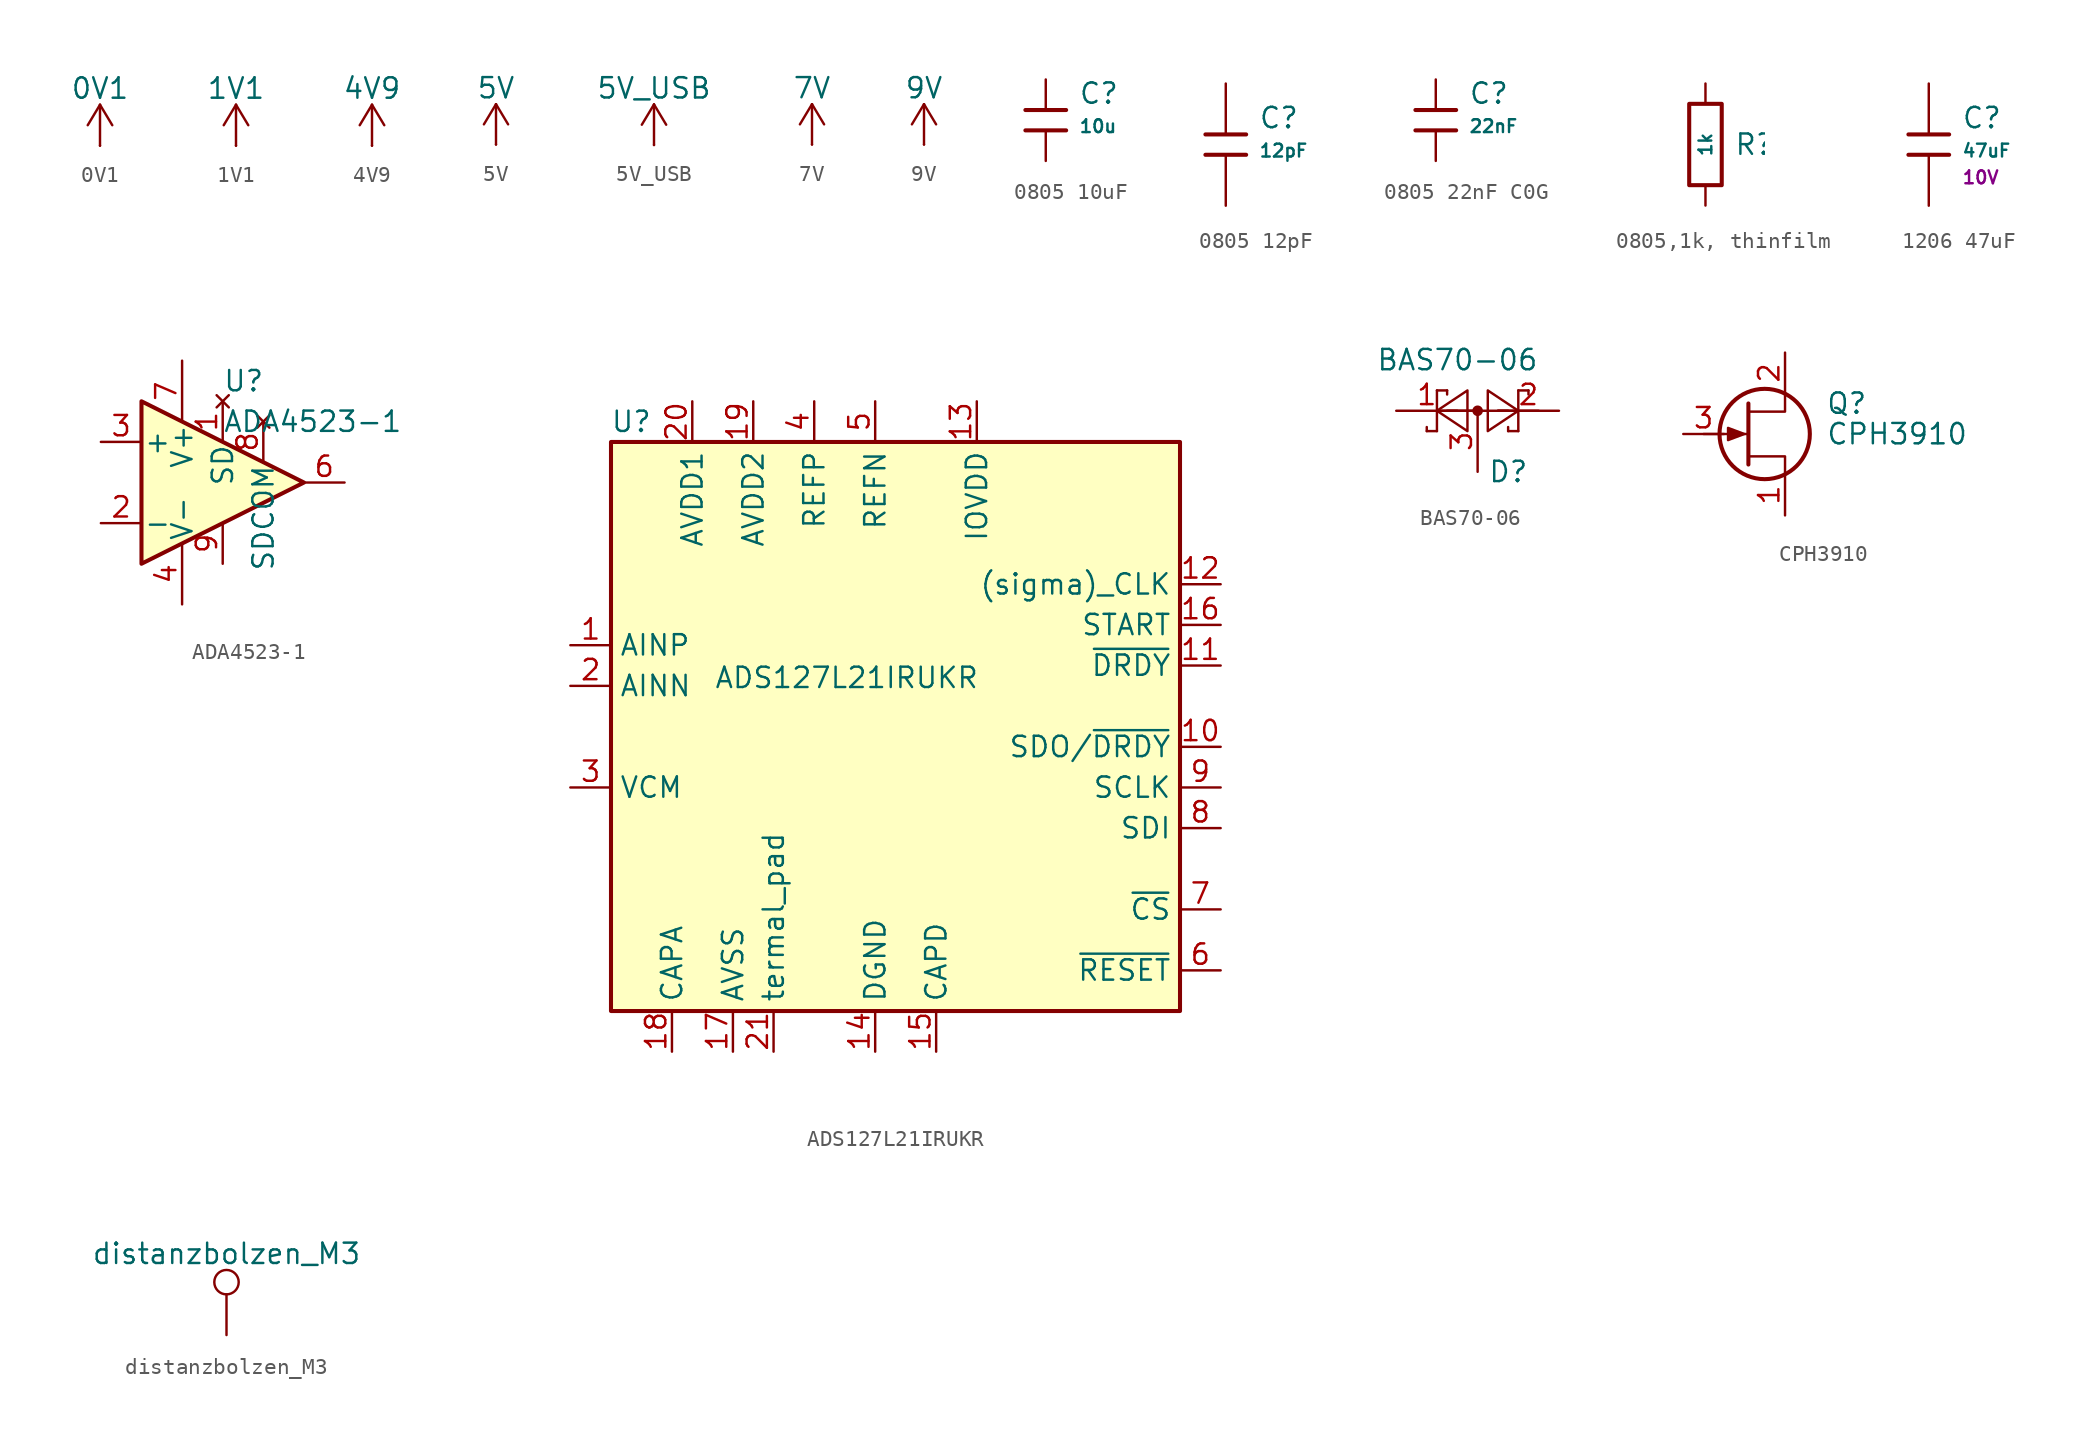
<source format=kicad_sym>
(kicad_symbol_lib
  (version 20241209)
  (generator "kicad_symbol_editor")
  (generator_version "9.0")
  (symbol "0V1"
    (power)
    (pin_numbers
      (hide yes))
    (pin_names
      (offset 0)
      (hide yes))
    (property "Reference" "#PWR"
      (at 0 -3.81 0)
      (effects (font (size 1.27 1.27)) (hide yes)))
    (property "Value" "0V1"
      (at 0 3.556 0)
      (effects (font (size 1.27 1.27))))
    (symbol "0V1_0_1"
      (polyline (pts (xy -0.762 1.27) (xy 0 2.54)) (stroke (width 0) (type default)) (fill (type none)))
      (polyline (pts (xy 0 2.54) (xy 0.762 1.27)) (stroke (width 0) (type default)) (fill (type none)))
      (polyline (pts (xy 0 0) (xy 0 2.54)) (stroke (width 0) (type default)) (fill (type none))))
    (symbol "0V1_1_1"
      (pin power_in line (at 0 0 90) (length 0) (name "~" (effects (font (size 1.27 1.27)))) (number "1" (effects (font (size 1.27 1.27)))))))
  (symbol "1V1"
    (power)
    (pin_numbers
      (hide yes))
    (pin_names
      (offset 0)
      (hide yes))
    (property "Reference" "#PWR"
      (at 0 -3.81 0)
      (effects (font (size 1.27 1.27)) (hide yes)))
    (property "Value" "1V1"
      (at 0 3.556 0)
      (effects (font (size 1.27 1.27))))
    (symbol "1V1_0_1"
      (polyline (pts (xy -0.762 1.27) (xy 0 2.54)) (stroke (width 0) (type default)) (fill (type none)))
      (polyline (pts (xy 0 2.54) (xy 0.762 1.27)) (stroke (width 0) (type default)) (fill (type none)))
      (polyline (pts (xy 0 0) (xy 0 2.54)) (stroke (width 0) (type default)) (fill (type none))))
    (symbol "1V1_1_1"
      (pin power_in line (at 0 0 90) (length 0) (name "~" (effects (font (size 1.27 1.27)))) (number "1" (effects (font (size 1.27 1.27)))))))
  (symbol "4V9"
    (power)
    (pin_numbers
      (hide yes))
    (pin_names
      (offset 0)
      (hide yes))
    (property "Reference" "#PWR"
      (at 0 -3.81 0)
      (effects (font (size 1.27 1.27)) (hide yes)))
    (property "Value" "4V9"
      (at 0 3.556 0)
      (effects (font (size 1.27 1.27))))
    (symbol "4V9_0_1"
      (polyline (pts (xy -0.762 1.27) (xy 0 2.54)) (stroke (width 0) (type default)) (fill (type none)))
      (polyline (pts (xy 0 2.54) (xy 0.762 1.27)) (stroke (width 0) (type default)) (fill (type none)))
      (polyline (pts (xy 0 0) (xy 0 2.54)) (stroke (width 0) (type default)) (fill (type none))))
    (symbol "4V9_1_1"
      (pin power_in line (at 0 0 90) (length 0) (name "~" (effects (font (size 1.27 1.27)))) (number "1" (effects (font (size 1.27 1.27)))))))
  (symbol "5V"
    (power)
    (pin_numbers
      (hide yes))
    (pin_names
      (offset 0)
      (hide yes))
    (property "Reference" "#PWR"
      (at 0 -3.81 0)
      (effects (font (size 1.27 1.27)) (hide yes)))
    (property "Value" "5V"
      (at 0 3.556 0)
      (effects (font (size 1.27 1.27))))
    (symbol "5V_0_1"
      (polyline (pts (xy -0.762 1.27) (xy 0 2.54)) (stroke (width 0) (type default)) (fill (type none)))
      (polyline (pts (xy 0 2.54) (xy 0.762 1.27)) (stroke (width 0) (type default)) (fill (type none)))
      (polyline (pts (xy 0 0) (xy 0 2.54)) (stroke (width 0) (type default)) (fill (type none))))
    (symbol "5V_1_1"
      (pin power_in line (at 0 0 90) (length 0) (name "~" (effects (font (size 1.27 1.27)))) (number "1" (effects (font (size 1.27 1.27)))))))
  (symbol "5V_USB"
    (power)
    (pin_numbers
      (hide yes))
    (pin_names
      (offset 0)
      (hide yes))
    (property "Reference" "#PWR"
      (at 0 -3.81 0)
      (effects (font (size 1.27 1.27)) (hide yes)))
    (property "Value" "5V_USB"
      (at 0 3.556 0)
      (effects (font (size 1.27 1.27))))
    (symbol "5V_USB_0_1"
      (polyline (pts (xy -0.762 1.27) (xy 0 2.54)) (stroke (width 0) (type default)) (fill (type none)))
      (polyline (pts (xy 0 2.54) (xy 0.762 1.27)) (stroke (width 0) (type default)) (fill (type none)))
      (polyline (pts (xy 0 0) (xy 0 2.54)) (stroke (width 0) (type default)) (fill (type none))))
    (symbol "5V_USB_1_1"
      (pin power_in line (at 0 0 90) (length 0) (name "~" (effects (font (size 1.27 1.27)))) (number "1" (effects (font (size 1.27 1.27)))))))
  (symbol "7V"
    (power)
    (pin_numbers
      (hide yes))
    (pin_names
      (offset 0)
      (hide yes))
    (property "Reference" "#PWR"
      (at 0 -3.81 0)
      (effects (font (size 1.27 1.27)) (hide yes)))
    (property "Value" "7V"
      (at 0 3.556 0)
      (effects (font (size 1.27 1.27))))
    (symbol "7V_0_1"
      (polyline (pts (xy -0.762 1.27) (xy 0 2.54)) (stroke (width 0) (type default)) (fill (type none)))
      (polyline (pts (xy 0 2.54) (xy 0.762 1.27)) (stroke (width 0) (type default)) (fill (type none)))
      (polyline (pts (xy 0 0) (xy 0 2.54)) (stroke (width 0) (type default)) (fill (type none))))
    (symbol "7V_1_1"
      (pin power_in line (at 0 0 90) (length 0) (name "~" (effects (font (size 1.27 1.27)))) (number "1" (effects (font (size 1.27 1.27)))))))
  (symbol "9V"
    (power)
    (pin_numbers
      (hide yes))
    (pin_names
      (offset 0)
      (hide yes))
    (property "Reference" "#PWR"
      (at 0 -3.81 0)
      (effects (font (size 1.27 1.27)) (hide yes)))
    (property "Value" "9V"
      (at 0 3.556 0)
      (effects (font (size 1.27 1.27))))
    (symbol "9V_0_1"
      (polyline (pts (xy -0.762 1.27) (xy 0 2.54)) (stroke (width 0) (type default)) (fill (type none)))
      (polyline (pts (xy 0 2.54) (xy 0.762 1.27)) (stroke (width 0) (type default)) (fill (type none)))
      (polyline (pts (xy 0 0) (xy 0 2.54)) (stroke (width 0) (type default)) (fill (type none))))
    (symbol "9V_1_1"
      (pin power_in line (at 0 0 90) (length 0) (name "~" (effects (font (size 1.27 1.27)))) (number "1" (effects (font (size 1.27 1.27)))))))
  (symbol "0805 10uF"
    (pin_numbers
      (hide yes))
    (pin_names
      (offset 0))
    (property "Reference" "C"
      (at 2.032 1.668 0)
      (effects (font (size 1.27 1.27)) (justify left)))
    (property "Value" "10u"
      (at 2.032 -0.378 0)
      (effects (font (size 0.8 0.8)) (justify left)))
    (symbol "0805 10uF_0_1"
      (polyline (pts (xy -1.27 0.635) (xy 1.27 0.635)) (stroke (width 0.254) (type default)) (fill (type none)))
      (polyline (pts (xy -1.27 -0.635) (xy 1.27 -0.635)) (stroke (width 0.254) (type default)) (fill (type none))))
    (symbol "0805 10uF_1_1"
      (pin passive line (at 0 2.54 270) (length 1.905) (name "~" (effects (font (size 1.27 1.27)))) (number "1" (effects (font (size 1.27 1.27)))))
      (pin passive line (at 0 -2.54 90) (length 1.905) (name "~" (effects (font (size 1.27 1.27)))) (number "2" (effects (font (size 1.27 1.27)))))))
  (symbol "0805 12pF"
    (pin_numbers
      (hide yes))
    (pin_names
      (offset 0))
    (property "Reference" "C"
      (at 2.032 1.668 0)
      (effects (font (size 1.27 1.27)) (justify left)))
    (property "Value" "12pF"
      (at 2.032 -0.378 0)
      (effects (font (size 0.8 0.8)) (justify left)))
    (symbol "0805 12pF_0_1"
      (polyline (pts (xy -1.27 0.635) (xy 1.27 0.635)) (stroke (width 0.254) (type default)) (fill (type none)))
      (polyline (pts (xy -1.27 -0.635) (xy 1.27 -0.635)) (stroke (width 0.254) (type default)) (fill (type none))))
    (symbol "0805 12pF_1_1"
      (pin passive line (at 0 3.81 270) (length 3.175) (name "~" (effects (font (size 1.27 1.27)))) (number "1" (effects (font (size 1.27 1.27)))))
      (pin passive line (at 0 -3.81 90) (length 3.175) (name "~" (effects (font (size 1.27 1.27)))) (number "2" (effects (font (size 1.27 1.27)))))))
  (symbol "0805 22nF C0G"
    (pin_numbers
      (hide yes))
    (pin_names
      (offset 0))
    (property "Reference" "C"
      (at 2.032 1.668 0)
      (effects (font (size 1.27 1.27)) (justify left)))
    (property "Value" "22nF"
      (at 2.032 -0.378 0)
      (effects (font (size 0.8 0.8)) (justify left)))
    (symbol "0805 22nF C0G_0_1"
      (polyline (pts (xy -1.27 0.635) (xy 1.27 0.635)) (stroke (width 0.254) (type default)) (fill (type none)))
      (polyline (pts (xy -1.27 -0.635) (xy 1.27 -0.635)) (stroke (width 0.254) (type default)) (fill (type none))))
    (symbol "0805 22nF C0G_1_1"
      (pin passive line (at 0 2.54 270) (length 1.905) (name "~" (effects (font (size 1.27 1.27)))) (number "1" (effects (font (size 1.27 1.27)))))
      (pin passive line (at 0 -2.54 90) (length 1.905) (name "~" (effects (font (size 1.27 1.27)))) (number "2" (effects (font (size 1.27 1.27)))))))
  (symbol "0805,1k, thinfilm"
    (pin_numbers
      (hide yes))
    (pin_names
      (offset 0))
    (property "Reference" "R"
      (at 1.778 0 0)
      (effects (font (size 1.27 1.27)) (justify left)))
    (property "Value" "1k"
      (at 0 0 90)
      (do_not_autoplace)
      (effects (font (size 0.8 0.8))))
    (symbol "0805,1k, thinfilm_0_1"
      (rectangle (start -1.016 2.54) (end 1.016 -2.54) (stroke (width 0.254) (type default)) (fill (type none))))
    (symbol "0805,1k, thinfilm_1_1"
      (pin passive line (at 0 3.81 270) (length 1.27) (name "~" (effects (font (size 1.27 1.27)))) (number "1" (effects (font (size 1.27 1.27)))))
      (pin passive line (at 0 -3.81 90) (length 1.27) (name "~" (effects (font (size 1.27 1.27)))) (number "2" (effects (font (size 1.27 1.27)))))))
  (symbol "1206 47uF"
    (pin_numbers
      (hide yes))
    (pin_names
      (offset 0))
    (property "Reference" "C"
      (at 2.032 1.668 0)
      (effects (font (size 1.27 1.27)) (justify left)))
    (property "Value" "47uF"
      (at 2.032 -0.378 0)
      (effects (font (size 0.8 0.8)) (justify left)))
    (property "Voltage Rated" "10V"
      (at 2.032 -2.046 0)
      (effects (font (size 0.8 0.8)) (justify left)))
    (symbol "1206 47uF_0_1"
      (polyline (pts (xy -1.27 0.635) (xy 1.27 0.635)) (stroke (width 0.254) (type default)) (fill (type none)))
      (polyline (pts (xy -1.27 -0.635) (xy 1.27 -0.635)) (stroke (width 0.254) (type default)) (fill (type none))))
    (symbol "1206 47uF_1_1"
      (pin passive line (at 0 3.81 270) (length 3.175) (name "~" (effects (font (size 1.27 1.27)))) (number "1" (effects (font (size 1.27 1.27)))))
      (pin passive line (at 0 -3.81 90) (length 3.175) (name "~" (effects (font (size 1.27 1.27)))) (number "2" (effects (font (size 1.27 1.27)))))))
  (symbol "ADA4523-1"
    (pin_names
      (offset 0.127))
    (property "Reference" "U"
      (at 0 6.35 0)
      (effects (font (size 1.27 1.27)) (justify left)))
    (property "Value" "ADA4523-1"
      (at 0 3.81 0)
      (effects (font (size 1.27 1.27)) (justify left)))
    (symbol "ADA4523-1_0_1"
      (polyline (pts (xy -5.08 5.08) (xy 5.08 0) (xy -5.08 -5.08) (xy -5.08 5.08)) (stroke (width 0.254) (type default)) (fill (type background))))
    (symbol "ADA4523-1_1_1"
      (pin input line (at -7.62 2.54 0) (length 2.54) (name "+" (effects (font (size 1.27 1.27)))) (number "3" (effects (font (size 1.27 1.27)))))
      (pin input line (at -7.62 -2.54 0) (length 2.54) (name "-" (effects (font (size 1.27 1.27)))) (number "2" (effects (font (size 1.27 1.27)))))
      (pin power_in line (at -2.54 7.62 270) (length 3.81) (name "V+" (effects (font (size 1.27 1.27)))) (number "7" (effects (font (size 1.27 1.27)))))
      (pin power_in line (at -2.54 -7.62 90) (length 3.81) (name "V-" (effects (font (size 1.27 1.27)))) (number "4" (effects (font (size 1.27 1.27)))))
      (pin no_connect line (at 0 5.08 270) (length 2.54) (name "SD" (effects (font (size 1.27 1.27)))) (number "1" (effects (font (size 1.27 1.27)))))
      (pin no_connect line (at 0 2.54 270) (length 2.54) (hide yes) (name "NC" (effects (font (size 1.27 1.27)))) (number "5" (effects (font (size 1.27 1.27)))))
      (pin input line (at 0 -5.08 90) (length 2.54) (name "" (effects (font (size 1.27 1.27)))) (number "9" (effects (font (size 1.27 1.27)))))
      (pin no_connect line (at 2.54 3.81 270) (length 2.54) (name "SDCOM" (effects (font (size 1.27 1.27)))) (number "8" (effects (font (size 1.27 1.27)))))
      (pin output line (at 7.62 0 180) (length 2.54) (name "~" (effects (font (size 1.27 1.27)))) (number "6" (effects (font (size 1.27 1.27)))))))
  (symbol "ADS127L21IRUKR"
    (property "Reference" "U"
      (at -16.51 26.67 0)
      (effects (font (size 1.27 1.27))))
    (property "Value" "ADS127L21IRUKR"
      (at -3.048 10.668 0)
      (effects (font (size 1.27 1.27))))
    (symbol "ADS127L21IRUKR_0_1"
      (rectangle (start -17.78 25.4) (end 17.78 -10.16) (stroke (width 0.254) (type default)) (fill (type background))))
    (symbol "ADS127L21IRUKR_1_1"
      (pin input line (at -20.32 12.7 0) (length 2.54) (name "AINP" (effects (font (size 1.27 1.27)))) (number "1" (effects (font (size 1.27 1.27)))))
      (pin input line (at -20.32 10.16 0) (length 2.54) (name "AINN" (effects (font (size 1.27 1.27)))) (number "2" (effects (font (size 1.27 1.27)))))
      (pin output line (at -20.32 3.81 0) (length 2.54) (name "VCM" (effects (font (size 1.27 1.27)))) (number "3" (effects (font (size 1.27 1.27)))))
      (pin output line (at -13.97 -12.7 90) (length 2.54) (name "CAPA" (effects (font (size 1.27 1.27)))) (number "18" (effects (font (size 1.27 1.27)))))
      (pin power_in line (at -12.7 27.94 270) (length 2.54) (name "AVDD1" (effects (font (size 1.27 1.27)))) (number "20" (effects (font (size 1.27 1.27)))))
      (pin power_in line (at -10.16 -12.7 90) (length 2.54) (name "AVSS" (effects (font (size 1.27 1.27)))) (number "17" (effects (font (size 1.27 1.27)))))
      (pin power_in line (at -8.89 27.94 270) (length 2.54) (name "AVDD2" (effects (font (size 1.27 1.27)))) (number "19" (effects (font (size 1.27 1.27)))))
      (pin input line (at -7.62 -12.7 90) (length 2.54) (name "termal_pad" (effects (font (size 1.27 1.27)))) (number "21" (effects (font (size 1.27 1.27)))))
      (pin input line (at -5.08 27.94 270) (length 2.54) (name "REFP" (effects (font (size 1.27 1.27)))) (number "4" (effects (font (size 1.27 1.27)))))
      (pin input line (at -1.27 27.94 270) (length 2.54) (name "REFN" (effects (font (size 1.27 1.27)))) (number "5" (effects (font (size 1.27 1.27)))))
      (pin power_in line (at -1.27 -12.7 90) (length 2.54) (name "DGND" (effects (font (size 1.27 1.27)))) (number "14" (effects (font (size 1.27 1.27)))))
      (pin output line (at 2.54 -12.7 90) (length 2.54) (name "CAPD" (effects (font (size 1.27 1.27)))) (number "15" (effects (font (size 1.27 1.27)))))
      (pin power_in line (at 5.08 27.94 270) (length 2.54) (name "IOVDD" (effects (font (size 1.27 1.27)))) (number "13" (effects (font (size 1.27 1.27)))))
      (pin input line (at 20.32 16.51 180) (length 2.54) (name "(sigma)_CLK" (effects (font (size 1.27 1.27)))) (number "12" (effects (font (size 1.27 1.27)))))
      (pin input line (at 20.32 13.97 180) (length 2.54) (name "START" (effects (font (size 1.27 1.27)))) (number "16" (effects (font (size 1.27 1.27)))))
      (pin output line (at 20.32 11.43 180) (length 2.54) (name "~{DRDY}" (effects (font (size 1.27 1.27)))) (number "11" (effects (font (size 1.27 1.27)))))
      (pin output line (at 20.32 6.35 180) (length 2.54) (name "SDO/~{DRDY}" (effects (font (size 1.27 1.27)))) (number "10" (effects (font (size 1.27 1.27)))))
      (pin input line (at 20.32 3.81 180) (length 2.54) (name "SCLK" (effects (font (size 1.27 1.27)))) (number "9" (effects (font (size 1.27 1.27)))))
      (pin input line (at 20.32 1.27 180) (length 2.54) (name "SDI" (effects (font (size 1.27 1.27)))) (number "8" (effects (font (size 1.27 1.27)))))
      (pin input line (at 20.32 -3.81 180) (length 2.54) (name "~{CS}" (effects (font (size 1.27 1.27)))) (number "7" (effects (font (size 1.27 1.27)))))
      (pin input line (at 20.32 -7.62 180) (length 2.54) (name "~{RESET}" (effects (font (size 1.27 1.27)))) (number "6" (effects (font (size 1.27 1.27)))))))
  (symbol "BAS70-06"
    (pin_names
      (offset 1.016))
    (property "Reference" "D"
      (at 0.635 -1.27 0)
      (effects (font (size 1.27 1.27)) (justify left)))
    (property "Value" "BAS70-06"
      (at -6.35 5.715 0)
      (effects (font (size 1.27 1.27)) (justify left)))
    (symbol "BAS70-06_0_1"
      (polyline (pts (xy -3.175 1.27) (xy -3.175 1.524)) (stroke (width 0) (type default)) (fill (type none)))
      (polyline (pts (xy -2.54 3.81) (xy -2.54 1.27)) (stroke (width 0) (type default)) (fill (type none)))
      (polyline (pts (xy -2.54 3.81) (xy -1.905 3.81)) (stroke (width 0) (type default)) (fill (type none)))
      (polyline (pts (xy -2.54 2.54) (xy 0 2.54)) (stroke (width 0) (type default)) (fill (type none)))
      (polyline (pts (xy -2.54 1.27) (xy -3.175 1.27)) (stroke (width 0) (type default)) (fill (type none)))
      (polyline (pts (xy -1.905 3.81) (xy -1.905 3.556)) (stroke (width 0) (type default)) (fill (type none)))
      (polyline (pts (xy -1.905 2.54) (xy 1.905 2.54)) (stroke (width 0) (type default)) (fill (type none)))
      (polyline (pts (xy -0.635 1.27) (xy -0.635 3.81) (xy -2.54 2.54) (xy -0.635 1.27)) (stroke (width 0) (type default)) (fill (type none)))
      (circle (center 0 2.54) (radius 0.254) (stroke (width 0) (type default)) (fill (type outline)))
      (polyline (pts (xy 0.635 3.81) (xy 0.635 1.27) (xy 2.54 2.54) (xy 0.635 3.81)) (stroke (width 0) (type default)) (fill (type none)))
      (polyline (pts (xy 1.27 2.54) (xy 3.81 2.54)) (stroke (width 0) (type default)) (fill (type none)))
      (polyline (pts (xy 1.905 1.27) (xy 1.905 1.524)) (stroke (width 0) (type default)) (fill (type none)))
      (polyline (pts (xy 2.54 3.81) (xy 3.175 3.81)) (stroke (width 0) (type default)) (fill (type none)))
      (polyline (pts (xy 2.54 1.27) (xy 1.905 1.27)) (stroke (width 0) (type default)) (fill (type none)))
      (polyline (pts (xy 2.54 1.27) (xy 2.54 3.81)) (stroke (width 0) (type default)) (fill (type none)))
      (polyline (pts (xy 3.175 3.81) (xy 3.175 3.556)) (stroke (width 0) (type default)) (fill (type none))))
    (symbol "BAS70-06_1_1"
      (pin passive line (at -5.08 2.54 0) (length 3.81) (name "~" (effects (font (size 1.27 1.27)))) (number "1" (effects (font (size 1.27 1.27)))))
      (pin passive line (at 0 -1.27 90) (length 3.81) (name "~" (effects (font (size 1.27 1.27)))) (number "3" (effects (font (size 1.27 1.27)))))
      (pin passive line (at 5.08 2.54 180) (length 3.81) (name "~" (effects (font (size 1.27 1.27)))) (number "2" (effects (font (size 1.27 1.27)))))))
  (symbol "CPH3910"
    (pin_names
      (hide yes))
    (property "Reference" "Q"
      (at 5.08 1.905 0)
      (effects (font (size 1.27 1.27)) (justify left)))
    (property "Value" "CPH3910"
      (at 5.08 0 0)
      (effects (font (size 1.27 1.27)) (justify left)))
    (symbol "CPH3910_0_1"
      (polyline (pts (xy 0 0) (xy -1.016 0.381) (xy -1.016 -0.381) (xy 0 0)) (stroke (width 0) (type default)) (fill (type outline)))
      (polyline (pts (xy 0.254 1.905) (xy 0.254 -1.905)) (stroke (width 0.254) (type default)) (fill (type none)))
      (polyline (pts (xy 0.254 0) (xy -2.54 0)) (stroke (width 0) (type default)) (fill (type none)))
      (circle (center 1.27 0) (radius 2.819) (stroke (width 0.254) (type default)) (fill (type none)))
      (polyline (pts (xy 2.54 2.54) (xy 2.54 1.397) (xy 0.254 1.397)) (stroke (width 0) (type default)) (fill (type none)))
      (polyline (pts (xy 2.54 -2.54) (xy 2.54 -1.397) (xy 0.254 -1.397)) (stroke (width 0) (type default)) (fill (type none))))
    (symbol "CPH3910_1_1"
      (pin input line (at -3.81 0 0) (length 2.54) (name "G" (effects (font (size 1.27 1.27)))) (number "3" (effects (font (size 1.27 1.27)))))
      (pin passive line (at 2.54 5.08 270) (length 2.54) (name "D" (effects (font (size 1.27 1.27)))) (number "2" (effects (font (size 1.27 1.27)))))
      (pin passive line (at 2.54 -5.08 90) (length 2.54) (name "S" (effects (font (size 1.27 1.27)))) (number "1" (effects (font (size 1.27 1.27)))))))
  (symbol "distanzbolzen_M3"
    (pin_numbers
      (hide yes))
    (pin_names
      (offset 0.762)
      (hide yes))
    (property "Reference" "TP"
      (at 0 6.858 0)
      (effects (font (size 1.27 1.27)) (hide yes)))
    (property "Value" "distanzbolzen_M3"
      (at 0 5.08 0)
      (effects (font (size 1.27 1.27))))
    (symbol "distanzbolzen_M3_0_1"
      (circle (center 0 3.302) (radius 0.762) (stroke (width 0) (type default)) (fill (type none))))
    (symbol "distanzbolzen_M3_1_1"
      (pin passive line (at 0 0 90) (length 2.54) (name "1" (effects (font (size 1.27 1.27)))) (number "1" (effects (font (size 1.27 1.27))))))))
</source>
